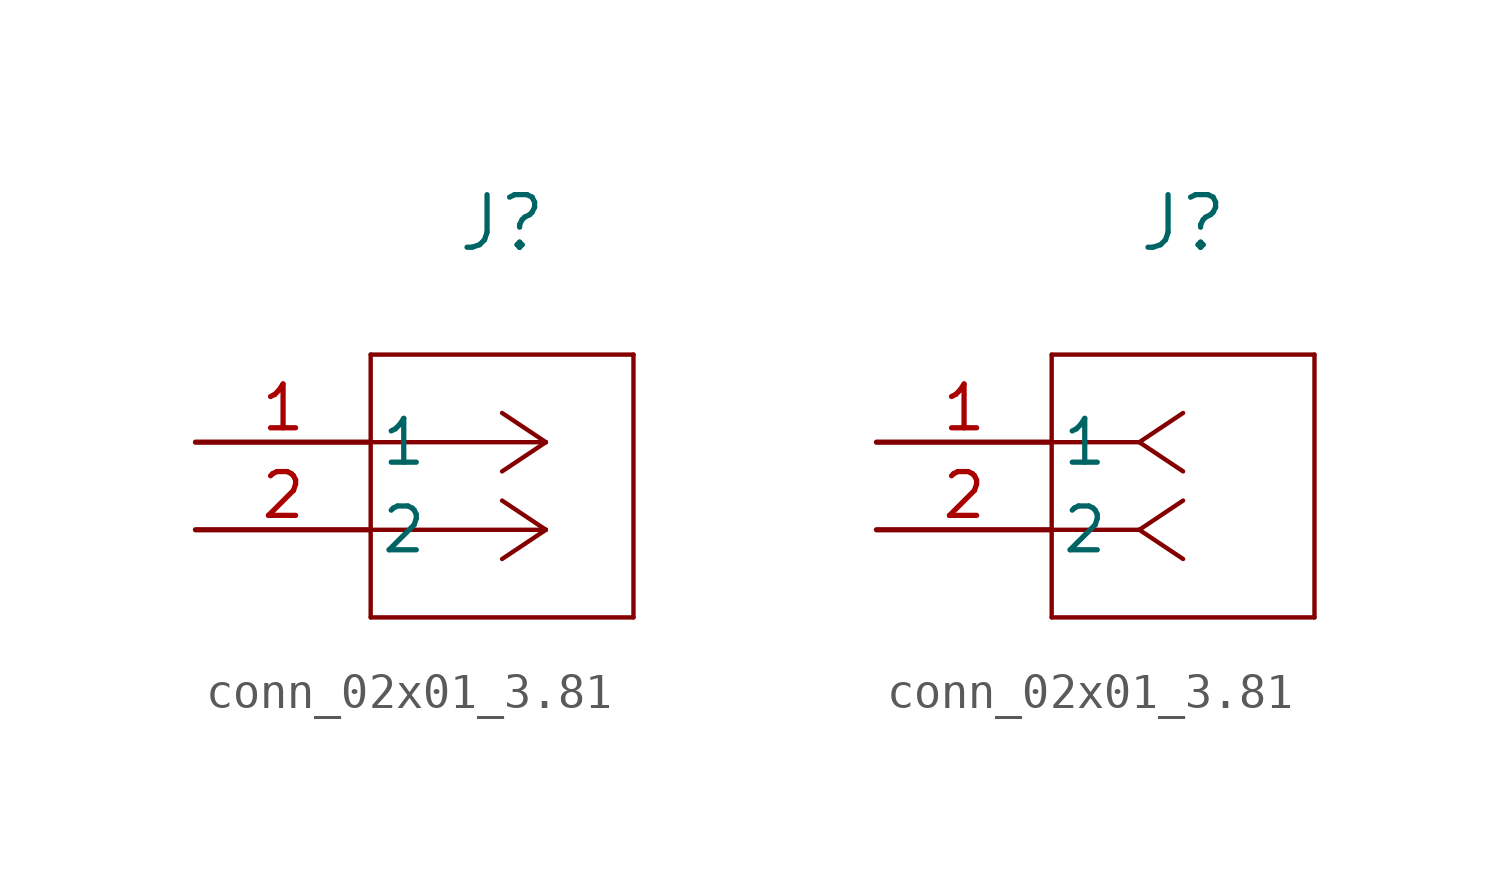
<source format=kicad_sym>
(kicad_symbol_lib
  (version 20231120)
  (generator "kicad_symbol_editor")
  (generator_version "8.0")
  (symbol "conn_02x01_3.81"
    (pin_names
      (offset 0.254))
    (property "Reference" "J"
      (at 8.89 6.35 0)
      (effects (font (size 1.524 1.524))))
    (property "Value" ""
      (at 0 0 0)
      (effects (font (size 1.524 1.524))))
    (symbol "conn_02x01_3.81_1_1"
      (polyline (pts (xy 5.08 -5.08) (xy 12.7 -5.08)) (stroke (width 0.127) (type default)) (fill (type none)))
      (polyline (pts (xy 5.08 2.54) (xy 5.08 -5.08)) (stroke (width 0.127) (type default)) (fill (type none)))
      (polyline (pts (xy 10.16 -2.54) (xy 5.08 -2.54)) (stroke (width 0.127) (type default)) (fill (type none)))
      (polyline (pts (xy 10.16 -2.54) (xy 8.89 -3.387)) (stroke (width 0.127) (type default)) (fill (type none)))
      (polyline (pts (xy 10.16 -2.54) (xy 8.89 -1.693)) (stroke (width 0.127) (type default)) (fill (type none)))
      (polyline (pts (xy 10.16 0) (xy 5.08 0)) (stroke (width 0.127) (type default)) (fill (type none)))
      (polyline (pts (xy 10.16 0) (xy 8.89 -0.847)) (stroke (width 0.127) (type default)) (fill (type none)))
      (polyline (pts (xy 10.16 0) (xy 8.89 0.847)) (stroke (width 0.127) (type default)) (fill (type none)))
      (polyline (pts (xy 12.7 -5.08) (xy 12.7 2.54)) (stroke (width 0.127) (type default)) (fill (type none)))
      (polyline (pts (xy 12.7 2.54) (xy 5.08 2.54)) (stroke (width 0.127) (type default)) (fill (type none)))
      (pin unspecified line (at 0 0 0) (length 5.08) (name "1" (effects (font (size 1.27 1.27)))) (number "1" (effects (font (size 1.27 1.27)))))
      (pin unspecified line (at 0 -2.54 0) (length 5.08) (name "2" (effects (font (size 1.27 1.27)))) (number "2" (effects (font (size 1.27 1.27))))))
    (symbol "conn_02x01_3.81_1_2"
      (polyline (pts (xy 5.08 -5.08) (xy 12.7 -5.08)) (stroke (width 0.127) (type default)) (fill (type none)))
      (polyline (pts (xy 5.08 2.54) (xy 5.08 -5.08)) (stroke (width 0.127) (type default)) (fill (type none)))
      (polyline (pts (xy 7.62 -2.54) (xy 5.08 -2.54)) (stroke (width 0.127) (type default)) (fill (type none)))
      (polyline (pts (xy 7.62 -2.54) (xy 8.89 -3.387)) (stroke (width 0.127) (type default)) (fill (type none)))
      (polyline (pts (xy 7.62 -2.54) (xy 8.89 -1.693)) (stroke (width 0.127) (type default)) (fill (type none)))
      (polyline (pts (xy 7.62 0) (xy 5.08 0)) (stroke (width 0.127) (type default)) (fill (type none)))
      (polyline (pts (xy 7.62 0) (xy 8.89 -0.847)) (stroke (width 0.127) (type default)) (fill (type none)))
      (polyline (pts (xy 7.62 0) (xy 8.89 0.847)) (stroke (width 0.127) (type default)) (fill (type none)))
      (polyline (pts (xy 12.7 -5.08) (xy 12.7 2.54)) (stroke (width 0.127) (type default)) (fill (type none)))
      (polyline (pts (xy 12.7 2.54) (xy 5.08 2.54)) (stroke (width 0.127) (type default)) (fill (type none)))
      (pin unspecified line (at 0 0 0) (length 5.08) (name "1" (effects (font (size 1.27 1.27)))) (number "1" (effects (font (size 1.27 1.27)))))
      (pin unspecified line (at 0 -2.54 0) (length 5.08) (name "2" (effects (font (size 1.27 1.27)))) (number "2" (effects (font (size 1.27 1.27))))))))
</source>
